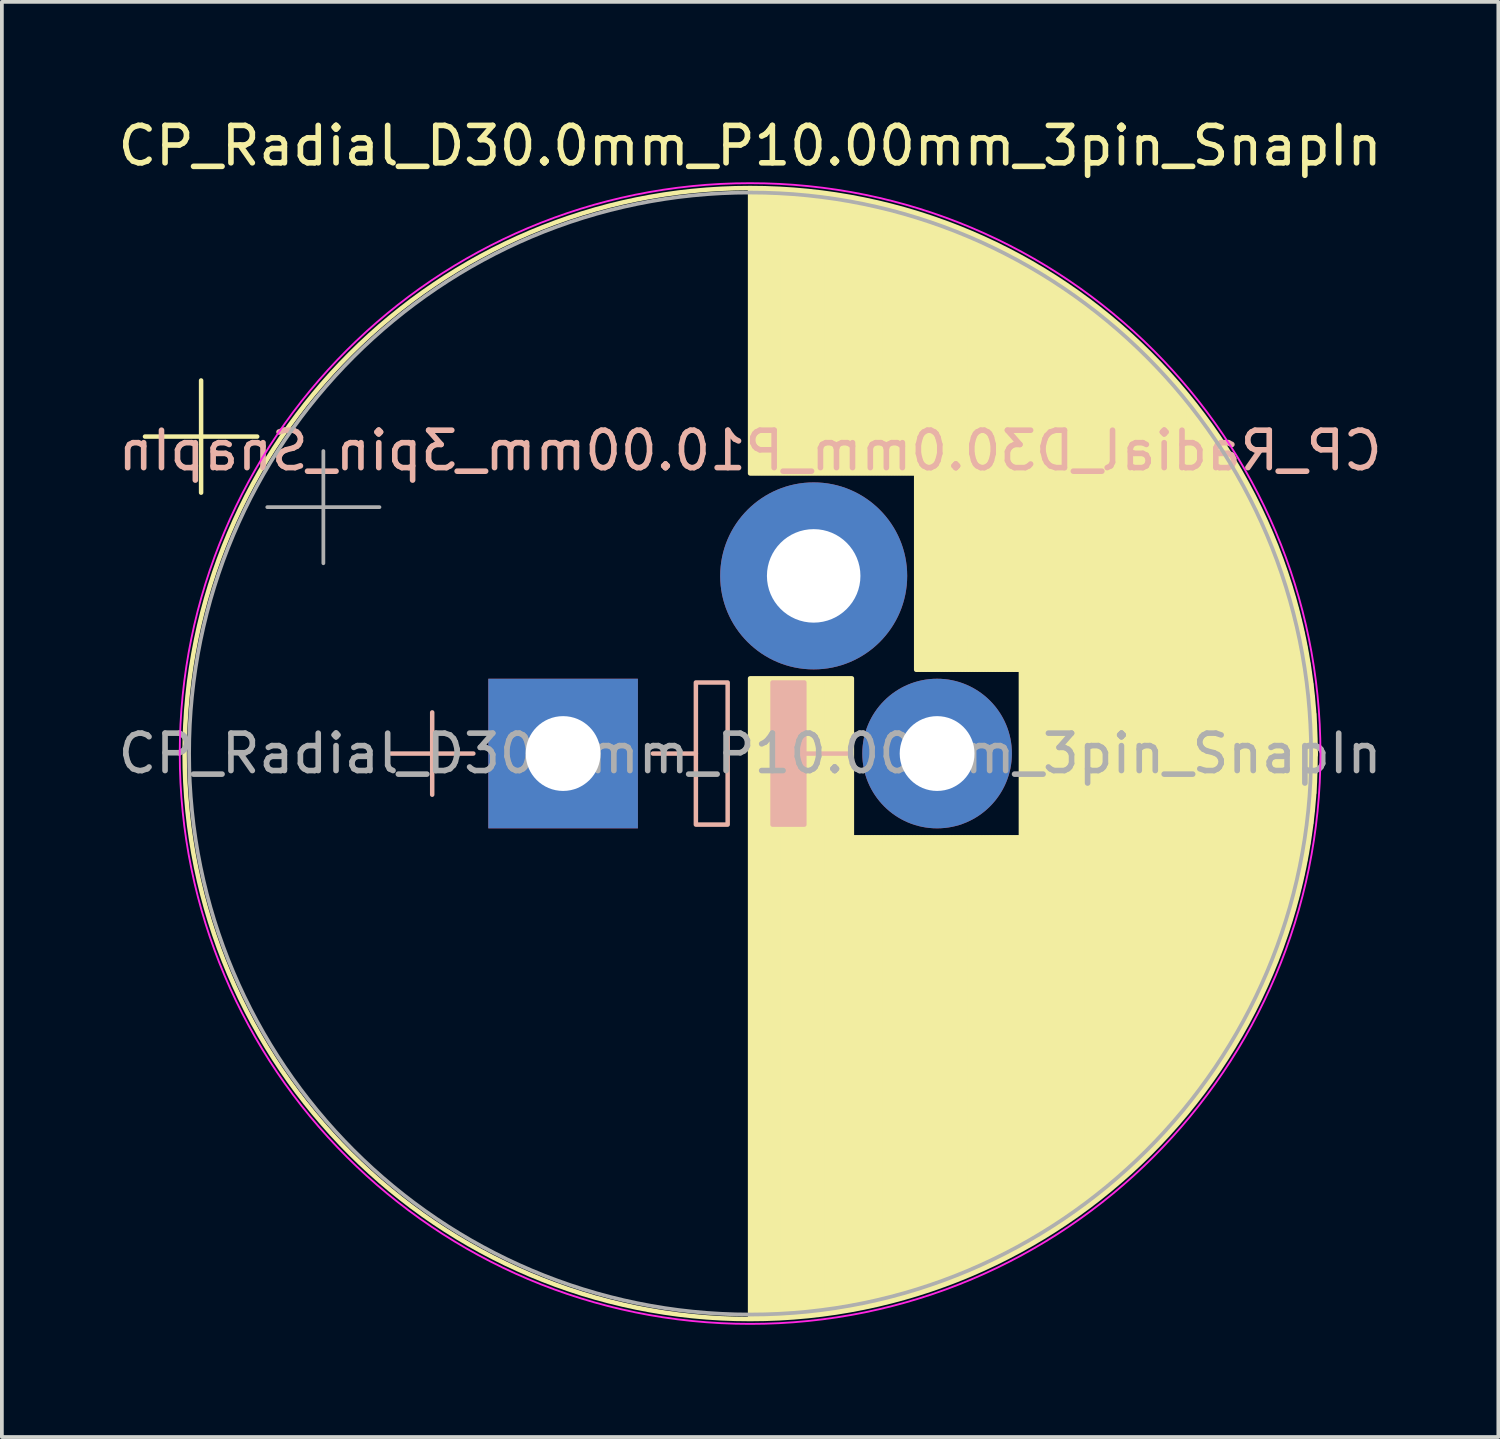
<source format=kicad_pcb>
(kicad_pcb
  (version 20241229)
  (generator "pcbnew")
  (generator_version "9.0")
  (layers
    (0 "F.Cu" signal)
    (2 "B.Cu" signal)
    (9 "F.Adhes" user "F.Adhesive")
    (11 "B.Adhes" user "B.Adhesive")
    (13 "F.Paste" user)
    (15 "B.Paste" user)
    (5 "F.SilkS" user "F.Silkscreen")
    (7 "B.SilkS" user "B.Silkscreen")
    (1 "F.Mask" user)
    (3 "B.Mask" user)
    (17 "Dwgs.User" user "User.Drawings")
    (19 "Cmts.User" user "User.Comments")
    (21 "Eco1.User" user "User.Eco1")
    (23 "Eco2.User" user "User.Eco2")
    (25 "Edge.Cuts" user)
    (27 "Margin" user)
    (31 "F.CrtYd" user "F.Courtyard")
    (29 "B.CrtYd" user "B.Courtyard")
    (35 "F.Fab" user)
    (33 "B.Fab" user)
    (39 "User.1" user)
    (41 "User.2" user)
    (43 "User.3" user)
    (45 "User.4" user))
  (footprint "CP_Radial_D30.0mm_P10.00mm_3pin_SnapIn"
    (layer "F.Cu")
    (at 12.006 17.098)
    (property "Reference" "CP_Radial_D30.0mm_P10.00mm_3pin_SnapIn" (at 5 -16.25 0) (layer "F.SilkS") (effects (font (size 1 1) (thickness 0.15))))
    (fp_line (start -11.179 -8.475) (end -8.179 -8.475) (stroke (width 0.12) (type solid)) (layer "F.SilkS"))
    (fp_line (start -9.679 -9.975) (end -9.679 -6.975) (stroke (width 0.12) (type solid)) (layer "F.SilkS"))
    (fp_line (start 5 -15.081) (end 5 -7.49) (stroke (width 0.12) (type solid)) (layer "F.SilkS"))
    (fp_line (start 5 -2.01) (end 5 15.081) (stroke (width 0.12) (type solid)) (layer "F.SilkS"))
    (fp_line (start 5.04 -15.08) (end 5.04 -7.49) (stroke (width 0.12) (type solid)) (layer "F.SilkS"))
    (fp_line (start 5.04 -2.01) (end 5.04 15.08) (stroke (width 0.12) (type solid)) (layer "F.SilkS"))
    (fp_line (start 5.08 -15.08) (end 5.08 -7.49) (stroke (width 0.12) (type solid)) (layer "F.SilkS"))
    (fp_line (start 5.08 -2.01) (end 5.08 15.08) (stroke (width 0.12) (type solid)) (layer "F.SilkS"))
    (fp_line (start 5.12 -15.08) (end 5.12 -7.49) (stroke (width 0.12) (type solid)) (layer "F.SilkS"))
    (fp_line (start 5.12 -2.01) (end 5.12 15.08) (stroke (width 0.12) (type solid)) (layer "F.SilkS"))
    (fp_line (start 5.16 -15.08) (end 5.16 -7.49) (stroke (width 0.12) (type solid)) (layer "F.SilkS"))
    (fp_line (start 5.16 -2.01) (end 5.16 15.08) (stroke (width 0.12) (type solid)) (layer "F.SilkS"))
    (fp_line (start 5.2 -15.079) (end 5.2 -7.49) (stroke (width 0.12) (type solid)) (layer "F.SilkS"))
    (fp_line (start 5.2 -2.01) (end 5.2 15.079) (stroke (width 0.12) (type solid)) (layer "F.SilkS"))
    (fp_line (start 5.24 -15.079) (end 5.24 -7.49) (stroke (width 0.12) (type solid)) (layer "F.SilkS"))
    (fp_line (start 5.24 -2.01) (end 5.24 15.079) (stroke (width 0.12) (type solid)) (layer "F.SilkS"))
    (fp_line (start 5.28 -15.078) (end 5.28 -7.49) (stroke (width 0.12) (type solid)) (layer "F.SilkS"))
    (fp_line (start 5.28 -2.01) (end 5.28 15.078) (stroke (width 0.12) (type solid)) (layer "F.SilkS"))
    (fp_line (start 5.32 -15.077) (end 5.32 -7.49) (stroke (width 0.12) (type solid)) (layer "F.SilkS"))
    (fp_line (start 5.32 -2.01) (end 5.32 15.077) (stroke (width 0.12) (type solid)) (layer "F.SilkS"))
    (fp_line (start 5.36 -15.076) (end 5.36 -7.49) (stroke (width 0.12) (type solid)) (layer "F.SilkS"))
    (fp_line (start 5.36 -2.01) (end 5.36 15.076) (stroke (width 0.12) (type solid)) (layer "F.SilkS"))
    (fp_line (start 5.4 -15.075) (end 5.4 -7.49) (stroke (width 0.12) (type solid)) (layer "F.SilkS"))
    (fp_line (start 5.4 -2.01) (end 5.4 15.075) (stroke (width 0.12) (type solid)) (layer "F.SilkS"))
    (fp_line (start 5.44 -15.074) (end 5.44 -7.49) (stroke (width 0.12) (type solid)) (layer "F.SilkS"))
    (fp_line (start 5.44 -2.01) (end 5.44 15.074) (stroke (width 0.12) (type solid)) (layer "F.SilkS"))
    (fp_line (start 5.48 -15.073) (end 5.48 -7.49) (stroke (width 0.12) (type solid)) (layer "F.SilkS"))
    (fp_line (start 5.48 -2.01) (end 5.48 15.073) (stroke (width 0.12) (type solid)) (layer "F.SilkS"))
    (fp_line (start 5.52 -15.072) (end 5.52 -7.49) (stroke (width 0.12) (type solid)) (layer "F.SilkS"))
    (fp_line (start 5.52 -2.01) (end 5.52 15.072) (stroke (width 0.12) (type solid)) (layer "F.SilkS"))
    (fp_line (start 5.56 -15.07) (end 5.56 -7.49) (stroke (width 0.12) (type solid)) (layer "F.SilkS"))
    (fp_line (start 5.56 -2.01) (end 5.56 15.07) (stroke (width 0.12) (type solid)) (layer "F.SilkS"))
    (fp_line (start 5.6 -15.069) (end 5.6 -7.49) (stroke (width 0.12) (type solid)) (layer "F.SilkS"))
    (fp_line (start 5.6 -2.01) (end 5.6 15.069) (stroke (width 0.12) (type solid)) (layer "F.SilkS"))
    (fp_line (start 5.64 -15.067) (end 5.64 -7.49) (stroke (width 0.12) (type solid)) (layer "F.SilkS"))
    (fp_line (start 5.64 -2.01) (end 5.64 15.067) (stroke (width 0.12) (type solid)) (layer "F.SilkS"))
    (fp_line (start 5.68 -15.065) (end 5.68 -7.49) (stroke (width 0.12) (type solid)) (layer "F.SilkS"))
    (fp_line (start 5.68 -2.01) (end 5.68 15.065) (stroke (width 0.12) (type solid)) (layer "F.SilkS"))
    (fp_line (start 5.721 -15.063) (end 5.721 -7.49) (stroke (width 0.12) (type solid)) (layer "F.SilkS"))
    (fp_line (start 5.721 -2.01) (end 5.721 15.063) (stroke (width 0.12) (type solid)) (layer "F.SilkS"))
    (fp_line (start 5.761 -15.061) (end 5.761 -7.49) (stroke (width 0.12) (type solid)) (layer "F.SilkS"))
    (fp_line (start 5.761 -2.01) (end 5.761 15.061) (stroke (width 0.12) (type solid)) (layer "F.SilkS"))
    (fp_line (start 5.801 -15.059) (end 5.801 -7.49) (stroke (width 0.12) (type solid)) (layer "F.SilkS"))
    (fp_line (start 5.801 -2.01) (end 5.801 15.059) (stroke (width 0.12) (type solid)) (layer "F.SilkS"))
    (fp_line (start 5.841 -15.057) (end 5.841 -7.49) (stroke (width 0.12) (type solid)) (layer "F.SilkS"))
    (fp_line (start 5.841 -2.01) (end 5.841 15.057) (stroke (width 0.12) (type solid)) (layer "F.SilkS"))
    (fp_line (start 5.881 -15.055) (end 5.881 -7.49) (stroke (width 0.12) (type solid)) (layer "F.SilkS"))
    (fp_line (start 5.881 -2.01) (end 5.881 15.055) (stroke (width 0.12) (type solid)) (layer "F.SilkS"))
    (fp_line (start 5.921 -15.052) (end 5.921 -7.49) (stroke (width 0.12) (type solid)) (layer "F.SilkS"))
    (fp_line (start 5.921 -2.01) (end 5.921 15.052) (stroke (width 0.12) (type solid)) (layer "F.SilkS"))
    (fp_line (start 5.961 -15.05) (end 5.961 -7.49) (stroke (width 0.12) (type solid)) (layer "F.SilkS"))
    (fp_line (start 5.961 -2.01) (end 5.961 15.05) (stroke (width 0.12) (type solid)) (layer "F.SilkS"))
    (fp_line (start 6.001 -15.047) (end 6.001 -7.49) (stroke (width 0.12) (type solid)) (layer "F.SilkS"))
    (fp_line (start 6.001 -2.01) (end 6.001 15.047) (stroke (width 0.12) (type solid)) (layer "F.SilkS"))
    (fp_line (start 6.041 -15.045) (end 6.041 -7.49) (stroke (width 0.12) (type solid)) (layer "F.SilkS"))
    (fp_line (start 6.041 -2.01) (end 6.041 15.045) (stroke (width 0.12) (type solid)) (layer "F.SilkS"))
    (fp_line (start 6.081 -15.042) (end 6.081 -7.49) (stroke (width 0.12) (type solid)) (layer "F.SilkS"))
    (fp_line (start 6.081 -2.01) (end 6.081 15.042) (stroke (width 0.12) (type solid)) (layer "F.SilkS"))
    (fp_line (start 6.121 -15.039) (end 6.121 -7.49) (stroke (width 0.12) (type solid)) (layer "F.SilkS"))
    (fp_line (start 6.121 -2.01) (end 6.121 15.039) (stroke (width 0.12) (type solid)) (layer "F.SilkS"))
    (fp_line (start 6.161 -15.036) (end 6.161 -7.49) (stroke (width 0.12) (type solid)) (layer "F.SilkS"))
    (fp_line (start 6.161 -2.01) (end 6.161 15.036) (stroke (width 0.12) (type solid)) (layer "F.SilkS"))
    (fp_line (start 6.201 -15.033) (end 6.201 -7.49) (stroke (width 0.12) (type solid)) (layer "F.SilkS"))
    (fp_line (start 6.201 -2.01) (end 6.201 15.033) (stroke (width 0.12) (type solid)) (layer "F.SilkS"))
    (fp_line (start 6.241 -15.03) (end 6.241 -7.49) (stroke (width 0.12) (type solid)) (layer "F.SilkS"))
    (fp_line (start 6.241 -2.01) (end 6.241 15.03) (stroke (width 0.12) (type solid)) (layer "F.SilkS"))
    (fp_line (start 6.281 -15.026) (end 6.281 -7.49) (stroke (width 0.12) (type solid)) (layer "F.SilkS"))
    (fp_line (start 6.281 -2.01) (end 6.281 15.026) (stroke (width 0.12) (type solid)) (layer "F.SilkS"))
    (fp_line (start 6.321 -15.023) (end 6.321 -7.49) (stroke (width 0.12) (type solid)) (layer "F.SilkS"))
    (fp_line (start 6.321 -2.01) (end 6.321 15.023) (stroke (width 0.12) (type solid)) (layer "F.SilkS"))
    (fp_line (start 6.361 -15.019) (end 6.361 -7.49) (stroke (width 0.12) (type solid)) (layer "F.SilkS"))
    (fp_line (start 6.361 -2.01) (end 6.361 15.019) (stroke (width 0.12) (type solid)) (layer "F.SilkS"))
    (fp_line (start 6.401 -15.016) (end 6.401 -7.49) (stroke (width 0.12) (type solid)) (layer "F.SilkS"))
    (fp_line (start 6.401 -2.01) (end 6.401 15.016) (stroke (width 0.12) (type solid)) (layer "F.SilkS"))
    (fp_line (start 6.441 -15.012) (end 6.441 -7.49) (stroke (width 0.12) (type solid)) (layer "F.SilkS"))
    (fp_line (start 6.441 -2.01) (end 6.441 15.012) (stroke (width 0.12) (type solid)) (layer "F.SilkS"))
    (fp_line (start 6.481 -15.008) (end 6.481 -7.49) (stroke (width 0.12) (type solid)) (layer "F.SilkS"))
    (fp_line (start 6.481 -2.01) (end 6.481 15.008) (stroke (width 0.12) (type solid)) (layer "F.SilkS"))
    (fp_line (start 6.521 -15.004) (end 6.521 -7.49) (stroke (width 0.12) (type solid)) (layer "F.SilkS"))
    (fp_line (start 6.521 -2.01) (end 6.521 15.004) (stroke (width 0.12) (type solid)) (layer "F.SilkS"))
    (fp_line (start 6.561 -15) (end 6.561 -7.49) (stroke (width 0.12) (type solid)) (layer "F.SilkS"))
    (fp_line (start 6.561 -2.01) (end 6.561 15) (stroke (width 0.12) (type solid)) (layer "F.SilkS"))
    (fp_line (start 6.601 -14.996) (end 6.601 -7.49) (stroke (width 0.12) (type solid)) (layer "F.SilkS"))
    (fp_line (start 6.601 -2.01) (end 6.601 14.996) (stroke (width 0.12) (type solid)) (layer "F.SilkS"))
    (fp_line (start 6.641 -14.991) (end 6.641 -7.49) (stroke (width 0.12) (type solid)) (layer "F.SilkS"))
    (fp_line (start 6.641 -2.01) (end 6.641 14.991) (stroke (width 0.12) (type solid)) (layer "F.SilkS"))
    (fp_line (start 6.681 -14.987) (end 6.681 -7.49) (stroke (width 0.12) (type solid)) (layer "F.SilkS"))
    (fp_line (start 6.681 -2.01) (end 6.681 14.987) (stroke (width 0.12) (type solid)) (layer "F.SilkS"))
    (fp_line (start 6.721 -14.982) (end 6.721 -7.49) (stroke (width 0.12) (type solid)) (layer "F.SilkS"))
    (fp_line (start 6.721 -2.01) (end 6.721 14.982) (stroke (width 0.12) (type solid)) (layer "F.SilkS"))
    (fp_line (start 6.761 -14.978) (end 6.761 -7.49) (stroke (width 0.12) (type solid)) (layer "F.SilkS"))
    (fp_line (start 6.761 -2.01) (end 6.761 14.978) (stroke (width 0.12) (type solid)) (layer "F.SilkS"))
    (fp_line (start 6.801 -14.973) (end 6.801 -7.49) (stroke (width 0.12) (type solid)) (layer "F.SilkS"))
    (fp_line (start 6.801 -2.01) (end 6.801 14.973) (stroke (width 0.12) (type solid)) (layer "F.SilkS"))
    (fp_line (start 6.841 -14.968) (end 6.841 -7.49) (stroke (width 0.12) (type solid)) (layer "F.SilkS"))
    (fp_line (start 6.841 -2.01) (end 6.841 14.968) (stroke (width 0.12) (type solid)) (layer "F.SilkS"))
    (fp_line (start 6.881 -14.963) (end 6.881 -7.49) (stroke (width 0.12) (type solid)) (layer "F.SilkS"))
    (fp_line (start 6.881 -2.01) (end 6.881 14.963) (stroke (width 0.12) (type solid)) (layer "F.SilkS"))
    (fp_line (start 6.921 -14.958) (end 6.921 -7.49) (stroke (width 0.12) (type solid)) (layer "F.SilkS"))
    (fp_line (start 6.921 -2.01) (end 6.921 14.958) (stroke (width 0.12) (type solid)) (layer "F.SilkS"))
    (fp_line (start 6.961 -14.953) (end 6.961 -7.49) (stroke (width 0.12) (type solid)) (layer "F.SilkS"))
    (fp_line (start 6.961 -2.01) (end 6.961 14.953) (stroke (width 0.12) (type solid)) (layer "F.SilkS"))
    (fp_line (start 7.001 -14.948) (end 7.001 -7.49) (stroke (width 0.12) (type solid)) (layer "F.SilkS"))
    (fp_line (start 7.001 -2.01) (end 7.001 14.948) (stroke (width 0.12) (type solid)) (layer "F.SilkS"))
    (fp_line (start 7.041 -14.942) (end 7.041 -7.49) (stroke (width 0.12) (type solid)) (layer "F.SilkS"))
    (fp_line (start 7.041 -2.01) (end 7.041 14.942) (stroke (width 0.12) (type solid)) (layer "F.SilkS"))
    (fp_line (start 7.081 -14.937) (end 7.081 -7.49) (stroke (width 0.12) (type solid)) (layer "F.SilkS"))
    (fp_line (start 7.081 -2.01) (end 7.081 14.937) (stroke (width 0.12) (type solid)) (layer "F.SilkS"))
    (fp_line (start 7.121 -14.931) (end 7.121 -7.49) (stroke (width 0.12) (type solid)) (layer "F.SilkS"))
    (fp_line (start 7.121 -2.01) (end 7.121 14.931) (stroke (width 0.12) (type solid)) (layer "F.SilkS"))
    (fp_line (start 7.161 -14.925) (end 7.161 -7.49) (stroke (width 0.12) (type solid)) (layer "F.SilkS"))
    (fp_line (start 7.161 -2.01) (end 7.161 14.925) (stroke (width 0.12) (type solid)) (layer "F.SilkS"))
    (fp_line (start 7.201 -14.92) (end 7.201 -7.49) (stroke (width 0.12) (type solid)) (layer "F.SilkS"))
    (fp_line (start 7.201 -2.01) (end 7.201 14.92) (stroke (width 0.12) (type solid)) (layer "F.SilkS"))
    (fp_line (start 7.241 -14.914) (end 7.241 -7.49) (stroke (width 0.12) (type solid)) (layer "F.SilkS"))
    (fp_line (start 7.241 -2.01) (end 7.241 14.914) (stroke (width 0.12) (type solid)) (layer "F.SilkS"))
    (fp_line (start 7.281 -14.908) (end 7.281 -7.49) (stroke (width 0.12) (type solid)) (layer "F.SilkS"))
    (fp_line (start 7.281 -2.01) (end 7.281 14.908) (stroke (width 0.12) (type solid)) (layer "F.SilkS"))
    (fp_line (start 7.321 -14.901) (end 7.321 -7.49) (stroke (width 0.12) (type solid)) (layer "F.SilkS"))
    (fp_line (start 7.321 -2.01) (end 7.321 14.901) (stroke (width 0.12) (type solid)) (layer "F.SilkS"))
    (fp_line (start 7.361 -14.895) (end 7.361 -7.49) (stroke (width 0.12) (type solid)) (layer "F.SilkS"))
    (fp_line (start 7.361 -2.01) (end 7.361 14.895) (stroke (width 0.12) (type solid)) (layer "F.SilkS"))
    (fp_line (start 7.401 -14.889) (end 7.401 -7.49) (stroke (width 0.12) (type solid)) (layer "F.SilkS"))
    (fp_line (start 7.401 -2.01) (end 7.401 14.889) (stroke (width 0.12) (type solid)) (layer "F.SilkS"))
    (fp_line (start 7.441 -14.882) (end 7.441 -7.49) (stroke (width 0.12) (type solid)) (layer "F.SilkS"))
    (fp_line (start 7.441 -2.01) (end 7.441 14.882) (stroke (width 0.12) (type solid)) (layer "F.SilkS"))
    (fp_line (start 7.481 -14.876) (end 7.481 -7.49) (stroke (width 0.12) (type solid)) (layer "F.SilkS"))
    (fp_line (start 7.481 -2.01) (end 7.481 14.876) (stroke (width 0.12) (type solid)) (layer "F.SilkS"))
    (fp_line (start 7.521 -14.869) (end 7.521 -7.49) (stroke (width 0.12) (type solid)) (layer "F.SilkS"))
    (fp_line (start 7.521 -2.01) (end 7.521 14.869) (stroke (width 0.12) (type solid)) (layer "F.SilkS"))
    (fp_line (start 7.561 -14.862) (end 7.561 -7.49) (stroke (width 0.12) (type solid)) (layer "F.SilkS"))
    (fp_line (start 7.561 -2.01) (end 7.561 14.862) (stroke (width 0.12) (type solid)) (layer "F.SilkS"))
    (fp_line (start 7.601 -14.855) (end 7.601 -7.49) (stroke (width 0.12) (type solid)) (layer "F.SilkS"))
    (fp_line (start 7.601 -2.01) (end 7.601 14.855) (stroke (width 0.12) (type solid)) (layer "F.SilkS"))
    (fp_line (start 7.641 -14.848) (end 7.641 -7.49) (stroke (width 0.12) (type solid)) (layer "F.SilkS"))
    (fp_line (start 7.641 -2.01) (end 7.641 14.848) (stroke (width 0.12) (type solid)) (layer "F.SilkS"))
    (fp_line (start 7.681 -14.841) (end 7.681 -7.49) (stroke (width 0.12) (type solid)) (layer "F.SilkS"))
    (fp_line (start 7.681 -2.01) (end 7.681 14.841) (stroke (width 0.12) (type solid)) (layer "F.SilkS"))
    (fp_line (start 7.721 -14.834) (end 7.721 -7.49) (stroke (width 0.12) (type solid)) (layer "F.SilkS"))
    (fp_line (start 7.721 -2.01) (end 7.721 14.834) (stroke (width 0.12) (type solid)) (layer "F.SilkS"))
    (fp_line (start 7.761 -14.826) (end 7.761 -7.49) (stroke (width 0.12) (type solid)) (layer "F.SilkS"))
    (fp_line (start 7.761 2.24) (end 7.761 14.826) (stroke (width 0.12) (type solid)) (layer "F.SilkS"))
    (fp_line (start 7.801 -14.819) (end 7.801 -7.49) (stroke (width 0.12) (type solid)) (layer "F.SilkS"))
    (fp_line (start 7.801 2.24) (end 7.801 14.819) (stroke (width 0.12) (type solid)) (layer "F.SilkS"))
    (fp_line (start 7.841 -14.811) (end 7.841 -7.49) (stroke (width 0.12) (type solid)) (layer "F.SilkS"))
    (fp_line (start 7.841 2.24) (end 7.841 14.811) (stroke (width 0.12) (type solid)) (layer "F.SilkS"))
    (fp_line (start 7.881 -14.804) (end 7.881 -7.49) (stroke (width 0.12) (type solid)) (layer "F.SilkS"))
    (fp_line (start 7.881 2.24) (end 7.881 14.804) (stroke (width 0.12) (type solid)) (layer "F.SilkS"))
    (fp_line (start 7.921 -14.796) (end 7.921 -7.49) (stroke (width 0.12) (type solid)) (layer "F.SilkS"))
    (fp_line (start 7.921 2.24) (end 7.921 14.796) (stroke (width 0.12) (type solid)) (layer "F.SilkS"))
    (fp_line (start 7.961 -14.788) (end 7.961 -7.49) (stroke (width 0.12) (type solid)) (layer "F.SilkS"))
    (fp_line (start 7.961 2.24) (end 7.961 14.788) (stroke (width 0.12) (type solid)) (layer "F.SilkS"))
    (fp_line (start 8.001 -14.78) (end 8.001 -7.49) (stroke (width 0.12) (type solid)) (layer "F.SilkS"))
    (fp_line (start 8.001 2.24) (end 8.001 14.78) (stroke (width 0.12) (type solid)) (layer "F.SilkS"))
    (fp_line (start 8.041 -14.772) (end 8.041 -7.49) (stroke (width 0.12) (type solid)) (layer "F.SilkS"))
    (fp_line (start 8.041 2.24) (end 8.041 14.772) (stroke (width 0.12) (type solid)) (layer "F.SilkS"))
    (fp_line (start 8.081 -14.763) (end 8.081 -7.49) (stroke (width 0.12) (type solid)) (layer "F.SilkS"))
    (fp_line (start 8.081 2.24) (end 8.081 14.763) (stroke (width 0.12) (type solid)) (layer "F.SilkS"))
    (fp_line (start 8.121 -14.755) (end 8.121 -7.49) (stroke (width 0.12) (type solid)) (layer "F.SilkS"))
    (fp_line (start 8.121 2.24) (end 8.121 14.755) (stroke (width 0.12) (type solid)) (layer "F.SilkS"))
    (fp_line (start 8.161 -14.747) (end 8.161 -7.49) (stroke (width 0.12) (type solid)) (layer "F.SilkS"))
    (fp_line (start 8.161 2.24) (end 8.161 14.747) (stroke (width 0.12) (type solid)) (layer "F.SilkS"))
    (fp_line (start 8.201 -14.738) (end 8.201 -7.49) (stroke (width 0.12) (type solid)) (layer "F.SilkS"))
    (fp_line (start 8.201 2.24) (end 8.201 14.738) (stroke (width 0.12) (type solid)) (layer "F.SilkS"))
    (fp_line (start 8.241 -14.729) (end 8.241 -7.49) (stroke (width 0.12) (type solid)) (layer "F.SilkS"))
    (fp_line (start 8.241 2.24) (end 8.241 14.729) (stroke (width 0.12) (type solid)) (layer "F.SilkS"))
    (fp_line (start 8.281 -14.72) (end 8.281 -7.49) (stroke (width 0.12) (type solid)) (layer "F.SilkS"))
    (fp_line (start 8.281 2.24) (end 8.281 14.72) (stroke (width 0.12) (type solid)) (layer "F.SilkS"))
    (fp_line (start 8.321 -14.711) (end 8.321 -7.49) (stroke (width 0.12) (type solid)) (layer "F.SilkS"))
    (fp_line (start 8.321 2.24) (end 8.321 14.711) (stroke (width 0.12) (type solid)) (layer "F.SilkS"))
    (fp_line (start 8.361 -14.702) (end 8.361 -7.49) (stroke (width 0.12) (type solid)) (layer "F.SilkS"))
    (fp_line (start 8.361 2.24) (end 8.361 14.702) (stroke (width 0.12) (type solid)) (layer "F.SilkS"))
    (fp_line (start 8.401 -14.693) (end 8.401 -7.49) (stroke (width 0.12) (type solid)) (layer "F.SilkS"))
    (fp_line (start 8.401 2.24) (end 8.401 14.693) (stroke (width 0.12) (type solid)) (layer "F.SilkS"))
    (fp_line (start 8.441 -14.684) (end 8.441 -7.49) (stroke (width 0.12) (type solid)) (layer "F.SilkS"))
    (fp_line (start 8.441 2.24) (end 8.441 14.684) (stroke (width 0.12) (type solid)) (layer "F.SilkS"))
    (fp_line (start 8.481 -14.675) (end 8.481 -7.49) (stroke (width 0.12) (type solid)) (layer "F.SilkS"))
    (fp_line (start 8.481 2.24) (end 8.481 14.675) (stroke (width 0.12) (type solid)) (layer "F.SilkS"))
    (fp_line (start 8.521 -14.665) (end 8.521 -7.49) (stroke (width 0.12) (type solid)) (layer "F.SilkS"))
    (fp_line (start 8.521 2.24) (end 8.521 14.665) (stroke (width 0.12) (type solid)) (layer "F.SilkS"))
    (fp_line (start 8.561 -14.655) (end 8.561 -7.49) (stroke (width 0.12) (type solid)) (layer "F.SilkS"))
    (fp_line (start 8.561 2.24) (end 8.561 14.655) (stroke (width 0.12) (type solid)) (layer "F.SilkS"))
    (fp_line (start 8.601 -14.646) (end 8.601 -7.49) (stroke (width 0.12) (type solid)) (layer "F.SilkS"))
    (fp_line (start 8.601 2.24) (end 8.601 14.646) (stroke (width 0.12) (type solid)) (layer "F.SilkS"))
    (fp_line (start 8.641 -14.636) (end 8.641 -7.49) (stroke (width 0.12) (type solid)) (layer "F.SilkS"))
    (fp_line (start 8.641 2.24) (end 8.641 14.636) (stroke (width 0.12) (type solid)) (layer "F.SilkS"))
    (fp_line (start 8.681 -14.626) (end 8.681 -7.49) (stroke (width 0.12) (type solid)) (layer "F.SilkS"))
    (fp_line (start 8.681 2.24) (end 8.681 14.626) (stroke (width 0.12) (type solid)) (layer "F.SilkS"))
    (fp_line (start 8.721 -14.616) (end 8.721 -7.49) (stroke (width 0.12) (type solid)) (layer "F.SilkS"))
    (fp_line (start 8.721 2.24) (end 8.721 14.616) (stroke (width 0.12) (type solid)) (layer "F.SilkS"))
    (fp_line (start 8.761 -14.606) (end 8.761 -7.49) (stroke (width 0.12) (type solid)) (layer "F.SilkS"))
    (fp_line (start 8.761 2.24) (end 8.761 14.606) (stroke (width 0.12) (type solid)) (layer "F.SilkS"))
    (fp_line (start 8.801 -14.595) (end 8.801 -7.49) (stroke (width 0.12) (type solid)) (layer "F.SilkS"))
    (fp_line (start 8.801 2.24) (end 8.801 14.595) (stroke (width 0.12) (type solid)) (layer "F.SilkS"))
    (fp_line (start 8.841 -14.585) (end 8.841 -7.49) (stroke (width 0.12) (type solid)) (layer "F.SilkS"))
    (fp_line (start 8.841 2.24) (end 8.841 14.585) (stroke (width 0.12) (type solid)) (layer "F.SilkS"))
    (fp_line (start 8.881 -14.574) (end 8.881 -7.49) (stroke (width 0.12) (type solid)) (layer "F.SilkS"))
    (fp_line (start 8.881 2.24) (end 8.881 14.574) (stroke (width 0.12) (type solid)) (layer "F.SilkS"))
    (fp_line (start 8.921 -14.564) (end 8.921 -7.49) (stroke (width 0.12) (type solid)) (layer "F.SilkS"))
    (fp_line (start 8.921 2.24) (end 8.921 14.564) (stroke (width 0.12) (type solid)) (layer "F.SilkS"))
    (fp_line (start 8.961 -14.553) (end 8.961 -7.49) (stroke (width 0.12) (type solid)) (layer "F.SilkS"))
    (fp_line (start 8.961 2.24) (end 8.961 14.553) (stroke (width 0.12) (type solid)) (layer "F.SilkS"))
    (fp_line (start 9.001 -14.542) (end 9.001 -7.49) (stroke (width 0.12) (type solid)) (layer "F.SilkS"))
    (fp_line (start 9.001 2.24) (end 9.001 14.542) (stroke (width 0.12) (type solid)) (layer "F.SilkS"))
    (fp_line (start 9.041 -14.531) (end 9.041 -7.49) (stroke (width 0.12) (type solid)) (layer "F.SilkS"))
    (fp_line (start 9.041 2.24) (end 9.041 14.531) (stroke (width 0.12) (type solid)) (layer "F.SilkS"))
    (fp_line (start 9.081 -14.52) (end 9.081 -7.49) (stroke (width 0.12) (type solid)) (layer "F.SilkS"))
    (fp_line (start 9.081 2.24) (end 9.081 14.52) (stroke (width 0.12) (type solid)) (layer "F.SilkS"))
    (fp_line (start 9.121 -14.508) (end 9.121 -7.49) (stroke (width 0.12) (type solid)) (layer "F.SilkS"))
    (fp_line (start 9.121 2.24) (end 9.121 14.508) (stroke (width 0.12) (type solid)) (layer "F.SilkS"))
    (fp_line (start 9.161 -14.497) (end 9.161 -7.49) (stroke (width 0.12) (type solid)) (layer "F.SilkS"))
    (fp_line (start 9.161 2.24) (end 9.161 14.497) (stroke (width 0.12) (type solid)) (layer "F.SilkS"))
    (fp_line (start 9.201 -14.485) (end 9.201 -7.49) (stroke (width 0.12) (type solid)) (layer "F.SilkS"))
    (fp_line (start 9.201 2.24) (end 9.201 14.485) (stroke (width 0.12) (type solid)) (layer "F.SilkS"))
    (fp_line (start 9.241 -14.474) (end 9.241 -7.49) (stroke (width 0.12) (type solid)) (layer "F.SilkS"))
    (fp_line (start 9.241 2.24) (end 9.241 14.474) (stroke (width 0.12) (type solid)) (layer "F.SilkS"))
    (fp_line (start 9.281 -14.462) (end 9.281 -7.49) (stroke (width 0.12) (type solid)) (layer "F.SilkS"))
    (fp_line (start 9.281 2.24) (end 9.281 14.462) (stroke (width 0.12) (type solid)) (layer "F.SilkS"))
    (fp_line (start 9.321 -14.45) (end 9.321 -7.49) (stroke (width 0.12) (type solid)) (layer "F.SilkS"))
    (fp_line (start 9.321 2.24) (end 9.321 14.45) (stroke (width 0.12) (type solid)) (layer "F.SilkS"))
    (fp_line (start 9.361 -14.438) (end 9.361 -7.49) (stroke (width 0.12) (type solid)) (layer "F.SilkS"))
    (fp_line (start 9.361 2.24) (end 9.361 14.438) (stroke (width 0.12) (type solid)) (layer "F.SilkS"))
    (fp_line (start 9.401 -14.426) (end 9.401 -7.49) (stroke (width 0.12) (type solid)) (layer "F.SilkS"))
    (fp_line (start 9.401 2.24) (end 9.401 14.426) (stroke (width 0.12) (type solid)) (layer "F.SilkS"))
    (fp_line (start 9.441 -14.414) (end 9.441 -2.24) (stroke (width 0.12) (type solid)) (layer "F.SilkS"))
    (fp_line (start 9.441 2.24) (end 9.441 14.414) (stroke (width 0.12) (type solid)) (layer "F.SilkS"))
    (fp_line (start 9.481 -14.402) (end 9.481 -2.24) (stroke (width 0.12) (type solid)) (layer "F.SilkS"))
    (fp_line (start 9.481 2.24) (end 9.481 14.402) (stroke (width 0.12) (type solid)) (layer "F.SilkS"))
    (fp_line (start 9.521 -14.389) (end 9.521 -2.24) (stroke (width 0.12) (type solid)) (layer "F.SilkS"))
    (fp_line (start 9.521 2.24) (end 9.521 14.389) (stroke (width 0.12) (type solid)) (layer "F.SilkS"))
    (fp_line (start 9.561 -14.376) (end 9.561 -2.24) (stroke (width 0.12) (type solid)) (layer "F.SilkS"))
    (fp_line (start 9.561 2.24) (end 9.561 14.376) (stroke (width 0.12) (type solid)) (layer "F.SilkS"))
    (fp_line (start 9.601 -14.364) (end 9.601 -2.24) (stroke (width 0.12) (type solid)) (layer "F.SilkS"))
    (fp_line (start 9.601 2.24) (end 9.601 14.364) (stroke (width 0.12) (type solid)) (layer "F.SilkS"))
    (fp_line (start 9.641 -14.351) (end 9.641 -2.24) (stroke (width 0.12) (type solid)) (layer "F.SilkS"))
    (fp_line (start 9.641 2.24) (end 9.641 14.351) (stroke (width 0.12) (type solid)) (layer "F.SilkS"))
    (fp_line (start 9.681 -14.338) (end 9.681 -2.24) (stroke (width 0.12) (type solid)) (layer "F.SilkS"))
    (fp_line (start 9.681 2.24) (end 9.681 14.338) (stroke (width 0.12) (type solid)) (layer "F.SilkS"))
    (fp_line (start 9.721 -14.325) (end 9.721 -2.24) (stroke (width 0.12) (type solid)) (layer "F.SilkS"))
    (fp_line (start 9.721 2.24) (end 9.721 14.325) (stroke (width 0.12) (type solid)) (layer "F.SilkS"))
    (fp_line (start 9.761 -14.312) (end 9.761 -2.24) (stroke (width 0.12) (type solid)) (layer "F.SilkS"))
    (fp_line (start 9.761 2.24) (end 9.761 14.312) (stroke (width 0.12) (type solid)) (layer "F.SilkS"))
    (fp_line (start 9.801 -14.298) (end 9.801 -2.24) (stroke (width 0.12) (type solid)) (layer "F.SilkS"))
    (fp_line (start 9.801 2.24) (end 9.801 14.298) (stroke (width 0.12) (type solid)) (layer "F.SilkS"))
    (fp_line (start 9.841 -14.285) (end 9.841 -2.24) (stroke (width 0.12) (type solid)) (layer "F.SilkS"))
    (fp_line (start 9.841 2.24) (end 9.841 14.285) (stroke (width 0.12) (type solid)) (layer "F.SilkS"))
    (fp_line (start 9.881 -14.271) (end 9.881 -2.24) (stroke (width 0.12) (type solid)) (layer "F.SilkS"))
    (fp_line (start 9.881 2.24) (end 9.881 14.271) (stroke (width 0.12) (type solid)) (layer "F.SilkS"))
    (fp_line (start 9.921 -14.258) (end 9.921 -2.24) (stroke (width 0.12) (type solid)) (layer "F.SilkS"))
    (fp_line (start 9.921 2.24) (end 9.921 14.258) (stroke (width 0.12) (type solid)) (layer "F.SilkS"))
    (fp_line (start 9.961 -14.244) (end 9.961 -2.24) (stroke (width 0.12) (type solid)) (layer "F.SilkS"))
    (fp_line (start 9.961 2.24) (end 9.961 14.244) (stroke (width 0.12) (type solid)) (layer "F.SilkS"))
    (fp_line (start 10.001 -14.23) (end 10.001 -2.24) (stroke (width 0.12) (type solid)) (layer "F.SilkS"))
    (fp_line (start 10.001 2.24) (end 10.001 14.23) (stroke (width 0.12) (type solid)) (layer "F.SilkS"))
    (fp_line (start 10.041 -14.216) (end 10.041 -2.24) (stroke (width 0.12) (type solid)) (layer "F.SilkS"))
    (fp_line (start 10.041 2.24) (end 10.041 14.216) (stroke (width 0.12) (type solid)) (layer "F.SilkS"))
    (fp_line (start 10.081 -14.202) (end 10.081 -2.24) (stroke (width 0.12) (type solid)) (layer "F.SilkS"))
    (fp_line (start 10.081 2.24) (end 10.081 14.202) (stroke (width 0.12) (type solid)) (layer "F.SilkS"))
    (fp_line (start 10.121 -14.187) (end 10.121 -2.24) (stroke (width 0.12) (type solid)) (layer "F.SilkS"))
    (fp_line (start 10.121 2.24) (end 10.121 14.187) (stroke (width 0.12) (type solid)) (layer "F.SilkS"))
    (fp_line (start 10.161 -14.173) (end 10.161 -2.24) (stroke (width 0.12) (type solid)) (layer "F.SilkS"))
    (fp_line (start 10.161 2.24) (end 10.161 14.173) (stroke (width 0.12) (type solid)) (layer "F.SilkS"))
    (fp_line (start 10.201 -14.158) (end 10.201 -2.24) (stroke (width 0.12) (type solid)) (layer "F.SilkS"))
    (fp_line (start 10.201 2.24) (end 10.201 14.158) (stroke (width 0.12) (type solid)) (layer "F.SilkS"))
    (fp_line (start 10.241 -14.143) (end 10.241 -2.24) (stroke (width 0.12) (type solid)) (layer "F.SilkS"))
    (fp_line (start 10.241 2.24) (end 10.241 14.143) (stroke (width 0.12) (type solid)) (layer "F.SilkS"))
    (fp_line (start 10.281 -14.129) (end 10.281 -2.24) (stroke (width 0.12) (type solid)) (layer "F.SilkS"))
    (fp_line (start 10.281 2.24) (end 10.281 14.129) (stroke (width 0.12) (type solid)) (layer "F.SilkS"))
    (fp_line (start 10.321 -14.114) (end 10.321 -2.24) (stroke (width 0.12) (type solid)) (layer "F.SilkS"))
    (fp_line (start 10.321 2.24) (end 10.321 14.114) (stroke (width 0.12) (type solid)) (layer "F.SilkS"))
    (fp_line (start 10.361 -14.099) (end 10.361 -2.24) (stroke (width 0.12) (type solid)) (layer "F.SilkS"))
    (fp_line (start 10.361 2.24) (end 10.361 14.099) (stroke (width 0.12) (type solid)) (layer "F.SilkS"))
    (fp_line (start 10.401 -14.083) (end 10.401 -2.24) (stroke (width 0.12) (type solid)) (layer "F.SilkS"))
    (fp_line (start 10.401 2.24) (end 10.401 14.083) (stroke (width 0.12) (type solid)) (layer "F.SilkS"))
    (fp_line (start 10.441 -14.068) (end 10.441 -2.24) (stroke (width 0.12) (type solid)) (layer "F.SilkS"))
    (fp_line (start 10.441 2.24) (end 10.441 14.068) (stroke (width 0.12) (type solid)) (layer "F.SilkS"))
    (fp_line (start 10.481 -14.052) (end 10.481 -2.24) (stroke (width 0.12) (type solid)) (layer "F.SilkS"))
    (fp_line (start 10.481 2.24) (end 10.481 14.052) (stroke (width 0.12) (type solid)) (layer "F.SilkS"))
    (fp_line (start 10.521 -14.037) (end 10.521 -2.24) (stroke (width 0.12) (type solid)) (layer "F.SilkS"))
    (fp_line (start 10.521 2.24) (end 10.521 14.037) (stroke (width 0.12) (type solid)) (layer "F.SilkS"))
    (fp_line (start 10.561 -14.021) (end 10.561 -2.24) (stroke (width 0.12) (type solid)) (layer "F.SilkS"))
    (fp_line (start 10.561 2.24) (end 10.561 14.021) (stroke (width 0.12) (type solid)) (layer "F.SilkS"))
    (fp_line (start 10.601 -14.005) (end 10.601 -2.24) (stroke (width 0.12) (type solid)) (layer "F.SilkS"))
    (fp_line (start 10.601 2.24) (end 10.601 14.005) (stroke (width 0.12) (type solid)) (layer "F.SilkS"))
    (fp_line (start 10.641 -13.989) (end 10.641 -2.24) (stroke (width 0.12) (type solid)) (layer "F.SilkS"))
    (fp_line (start 10.641 2.24) (end 10.641 13.989) (stroke (width 0.12) (type solid)) (layer "F.SilkS"))
    (fp_line (start 10.681 -13.973) (end 10.681 -2.24) (stroke (width 0.12) (type solid)) (layer "F.SilkS"))
    (fp_line (start 10.681 2.24) (end 10.681 13.973) (stroke (width 0.12) (type solid)) (layer "F.SilkS"))
    (fp_line (start 10.721 -13.957) (end 10.721 -2.24) (stroke (width 0.12) (type solid)) (layer "F.SilkS"))
    (fp_line (start 10.721 2.24) (end 10.721 13.957) (stroke (width 0.12) (type solid)) (layer "F.SilkS"))
    (fp_line (start 10.761 -13.94) (end 10.761 -2.24) (stroke (width 0.12) (type solid)) (layer "F.SilkS"))
    (fp_line (start 10.761 2.24) (end 10.761 13.94) (stroke (width 0.12) (type solid)) (layer "F.SilkS"))
    (fp_line (start 10.801 -13.924) (end 10.801 -2.24) (stroke (width 0.12) (type solid)) (layer "F.SilkS"))
    (fp_line (start 10.801 2.24) (end 10.801 13.924) (stroke (width 0.12) (type solid)) (layer "F.SilkS"))
    (fp_line (start 10.841 -13.907) (end 10.841 -2.24) (stroke (width 0.12) (type solid)) (layer "F.SilkS"))
    (fp_line (start 10.841 2.24) (end 10.841 13.907) (stroke (width 0.12) (type solid)) (layer "F.SilkS"))
    (fp_line (start 10.881 -13.89) (end 10.881 -2.24) (stroke (width 0.12) (type solid)) (layer "F.SilkS"))
    (fp_line (start 10.881 2.24) (end 10.881 13.89) (stroke (width 0.12) (type solid)) (layer "F.SilkS"))
    (fp_line (start 10.921 -13.873) (end 10.921 -2.24) (stroke (width 0.12) (type solid)) (layer "F.SilkS"))
    (fp_line (start 10.921 2.24) (end 10.921 13.873) (stroke (width 0.12) (type solid)) (layer "F.SilkS"))
    (fp_line (start 10.961 -13.856) (end 10.961 -2.24) (stroke (width 0.12) (type solid)) (layer "F.SilkS"))
    (fp_line (start 10.961 2.24) (end 10.961 13.856) (stroke (width 0.12) (type solid)) (layer "F.SilkS"))
    (fp_line (start 11.001 -13.839) (end 11.001 -2.24) (stroke (width 0.12) (type solid)) (layer "F.SilkS"))
    (fp_line (start 11.001 2.24) (end 11.001 13.839) (stroke (width 0.12) (type solid)) (layer "F.SilkS"))
    (fp_line (start 11.041 -13.822) (end 11.041 -2.24) (stroke (width 0.12) (type solid)) (layer "F.SilkS"))
    (fp_line (start 11.041 2.24) (end 11.041 13.822) (stroke (width 0.12) (type solid)) (layer "F.SilkS"))
    (fp_line (start 11.081 -13.804) (end 11.081 -2.24) (stroke (width 0.12) (type solid)) (layer "F.SilkS"))
    (fp_line (start 11.081 2.24) (end 11.081 13.804) (stroke (width 0.12) (type solid)) (layer "F.SilkS"))
    (fp_line (start 11.121 -13.787) (end 11.121 -2.24) (stroke (width 0.12) (type solid)) (layer "F.SilkS"))
    (fp_line (start 11.121 2.24) (end 11.121 13.787) (stroke (width 0.12) (type solid)) (layer "F.SilkS"))
    (fp_line (start 11.161 -13.769) (end 11.161 -2.24) (stroke (width 0.12) (type solid)) (layer "F.SilkS"))
    (fp_line (start 11.161 2.24) (end 11.161 13.769) (stroke (width 0.12) (type solid)) (layer "F.SilkS"))
    (fp_line (start 11.201 -13.751) (end 11.201 -2.24) (stroke (width 0.12) (type solid)) (layer "F.SilkS"))
    (fp_line (start 11.201 2.24) (end 11.201 13.751) (stroke (width 0.12) (type solid)) (layer "F.SilkS"))
    (fp_line (start 11.241 -13.733) (end 11.241 -2.24) (stroke (width 0.12) (type solid)) (layer "F.SilkS"))
    (fp_line (start 11.241 2.24) (end 11.241 13.733) (stroke (width 0.12) (type solid)) (layer "F.SilkS"))
    (fp_line (start 11.281 -13.715) (end 11.281 -2.24) (stroke (width 0.12) (type solid)) (layer "F.SilkS"))
    (fp_line (start 11.281 2.24) (end 11.281 13.715) (stroke (width 0.12) (type solid)) (layer "F.SilkS"))
    (fp_line (start 11.321 -13.696) (end 11.321 -2.24) (stroke (width 0.12) (type solid)) (layer "F.SilkS"))
    (fp_line (start 11.321 2.24) (end 11.321 13.696) (stroke (width 0.12) (type solid)) (layer "F.SilkS"))
    (fp_line (start 11.361 -13.678) (end 11.361 -2.24) (stroke (width 0.12) (type solid)) (layer "F.SilkS"))
    (fp_line (start 11.361 2.24) (end 11.361 13.678) (stroke (width 0.12) (type solid)) (layer "F.SilkS"))
    (fp_line (start 11.401 -13.659) (end 11.401 -2.24) (stroke (width 0.12) (type solid)) (layer "F.SilkS"))
    (fp_line (start 11.401 2.24) (end 11.401 13.659) (stroke (width 0.12) (type solid)) (layer "F.SilkS"))
    (fp_line (start 11.441 -13.64) (end 11.441 -2.24) (stroke (width 0.12) (type solid)) (layer "F.SilkS"))
    (fp_line (start 11.441 2.24) (end 11.441 13.64) (stroke (width 0.12) (type solid)) (layer "F.SilkS"))
    (fp_line (start 11.481 -13.622) (end 11.481 -2.24) (stroke (width 0.12) (type solid)) (layer "F.SilkS"))
    (fp_line (start 11.481 2.24) (end 11.481 13.622) (stroke (width 0.12) (type solid)) (layer "F.SilkS"))
    (fp_line (start 11.521 -13.602) (end 11.521 -2.24) (stroke (width 0.12) (type solid)) (layer "F.SilkS"))
    (fp_line (start 11.521 2.24) (end 11.521 13.602) (stroke (width 0.12) (type solid)) (layer "F.SilkS"))
    (fp_line (start 11.561 -13.583) (end 11.561 -2.24) (stroke (width 0.12) (type solid)) (layer "F.SilkS"))
    (fp_line (start 11.561 2.24) (end 11.561 13.583) (stroke (width 0.12) (type solid)) (layer "F.SilkS"))
    (fp_line (start 11.601 -13.564) (end 11.601 -2.24) (stroke (width 0.12) (type solid)) (layer "F.SilkS"))
    (fp_line (start 11.601 2.24) (end 11.601 13.564) (stroke (width 0.12) (type solid)) (layer "F.SilkS"))
    (fp_line (start 11.641 -13.544) (end 11.641 -2.24) (stroke (width 0.12) (type solid)) (layer "F.SilkS"))
    (fp_line (start 11.641 2.24) (end 11.641 13.544) (stroke (width 0.12) (type solid)) (layer "F.SilkS"))
    (fp_line (start 11.681 -13.525) (end 11.681 -2.24) (stroke (width 0.12) (type solid)) (layer "F.SilkS"))
    (fp_line (start 11.681 2.24) (end 11.681 13.525) (stroke (width 0.12) (type solid)) (layer "F.SilkS"))
    (fp_line (start 11.721 -13.505) (end 11.721 -2.24) (stroke (width 0.12) (type solid)) (layer "F.SilkS"))
    (fp_line (start 11.721 2.24) (end 11.721 13.505) (stroke (width 0.12) (type solid)) (layer "F.SilkS"))
    (fp_line (start 11.761 -13.485) (end 11.761 -2.24) (stroke (width 0.12) (type solid)) (layer "F.SilkS"))
    (fp_line (start 11.761 2.24) (end 11.761 13.485) (stroke (width 0.12) (type solid)) (layer "F.SilkS"))
    (fp_line (start 11.801 -13.465) (end 11.801 -2.24) (stroke (width 0.12) (type solid)) (layer "F.SilkS"))
    (fp_line (start 11.801 2.24) (end 11.801 13.465) (stroke (width 0.12) (type solid)) (layer "F.SilkS"))
    (fp_line (start 11.841 -13.445) (end 11.841 -2.24) (stroke (width 0.12) (type solid)) (layer "F.SilkS"))
    (fp_line (start 11.841 2.24) (end 11.841 13.445) (stroke (width 0.12) (type solid)) (layer "F.SilkS"))
    (fp_line (start 11.881 -13.425) (end 11.881 -2.24) (stroke (width 0.12) (type solid)) (layer "F.SilkS"))
    (fp_line (start 11.881 2.24) (end 11.881 13.425) (stroke (width 0.12) (type solid)) (layer "F.SilkS"))
    (fp_line (start 11.921 -13.404) (end 11.921 -2.24) (stroke (width 0.12) (type solid)) (layer "F.SilkS"))
    (fp_line (start 11.921 2.24) (end 11.921 13.404) (stroke (width 0.12) (type solid)) (layer "F.SilkS"))
    (fp_line (start 11.961 -13.383) (end 11.961 -2.24) (stroke (width 0.12) (type solid)) (layer "F.SilkS"))
    (fp_line (start 11.961 2.24) (end 11.961 13.383) (stroke (width 0.12) (type solid)) (layer "F.SilkS"))
    (fp_line (start 12.001 -13.363) (end 12.001 -2.24) (stroke (width 0.12) (type solid)) (layer "F.SilkS"))
    (fp_line (start 12.001 2.24) (end 12.001 13.363) (stroke (width 0.12) (type solid)) (layer "F.SilkS"))
    (fp_line (start 12.041 -13.342) (end 12.041 -2.24) (stroke (width 0.12) (type solid)) (layer "F.SilkS"))
    (fp_line (start 12.041 2.24) (end 12.041 13.342) (stroke (width 0.12) (type solid)) (layer "F.SilkS"))
    (fp_line (start 12.081 -13.32) (end 12.081 -2.24) (stroke (width 0.12) (type solid)) (layer "F.SilkS"))
    (fp_line (start 12.081 2.24) (end 12.081 13.32) (stroke (width 0.12) (type solid)) (layer "F.SilkS"))
    (fp_line (start 12.121 -13.299) (end 12.121 -2.24) (stroke (width 0.12) (type solid)) (layer "F.SilkS"))
    (fp_line (start 12.121 2.24) (end 12.121 13.299) (stroke (width 0.12) (type solid)) (layer "F.SilkS"))
    (fp_line (start 12.161 -13.278) (end 12.161 -2.24) (stroke (width 0.12) (type solid)) (layer "F.SilkS"))
    (fp_line (start 12.161 2.24) (end 12.161 13.278) (stroke (width 0.12) (type solid)) (layer "F.SilkS"))
    (fp_line (start 12.201 -13.256) (end 12.201 -2.24) (stroke (width 0.12) (type solid)) (layer "F.SilkS"))
    (fp_line (start 12.201 2.24) (end 12.201 13.256) (stroke (width 0.12) (type solid)) (layer "F.SilkS"))
    (fp_line (start 12.241 -13.234) (end 12.241 13.234) (stroke (width 0.12) (type solid)) (layer "F.SilkS"))
    (fp_line (start 12.281 -13.213) (end 12.281 13.213) (stroke (width 0.12) (type solid)) (layer "F.SilkS"))
    (fp_line (start 12.321 -13.19) (end 12.321 13.19) (stroke (width 0.12) (type solid)) (layer "F.SilkS"))
    (fp_line (start 12.361 -13.168) (end 12.361 13.168) (stroke (width 0.12) (type solid)) (layer "F.SilkS"))
    (fp_line (start 12.401 -13.146) (end 12.401 13.146) (stroke (width 0.12) (type solid)) (layer "F.SilkS"))
    (fp_line (start 12.441 -13.123) (end 12.441 13.123) (stroke (width 0.12) (type solid)) (layer "F.SilkS"))
    (fp_line (start 12.481 -13.101) (end 12.481 13.101) (stroke (width 0.12) (type solid)) (layer "F.SilkS"))
    (fp_line (start 12.521 -13.078) (end 12.521 13.078) (stroke (width 0.12) (type solid)) (layer "F.SilkS"))
    (fp_line (start 12.561 -13.055) (end 12.561 13.055) (stroke (width 0.12) (type solid)) (layer "F.SilkS"))
    (fp_line (start 12.601 -13.032) (end 12.601 13.032) (stroke (width 0.12) (type solid)) (layer "F.SilkS"))
    (fp_line (start 12.641 -13.008) (end 12.641 13.008) (stroke (width 0.12) (type solid)) (layer "F.SilkS"))
    (fp_line (start 12.681 -12.985) (end 12.681 12.985) (stroke (width 0.12) (type solid)) (layer "F.SilkS"))
    (fp_line (start 12.721 -12.961) (end 12.721 12.961) (stroke (width 0.12) (type solid)) (layer "F.SilkS"))
    (fp_line (start 12.761 -12.937) (end 12.761 12.937) (stroke (width 0.12) (type solid)) (layer "F.SilkS"))
    (fp_line (start 12.801 -12.913) (end 12.801 12.913) (stroke (width 0.12) (type solid)) (layer "F.SilkS"))
    (fp_line (start 12.841 -12.889) (end 12.841 12.889) (stroke (width 0.12) (type solid)) (layer "F.SilkS"))
    (fp_line (start 12.881 -12.865) (end 12.881 12.865) (stroke (width 0.12) (type solid)) (layer "F.SilkS"))
    (fp_line (start 12.921 -12.84) (end 12.921 12.84) (stroke (width 0.12) (type solid)) (layer "F.SilkS"))
    (fp_line (start 12.961 -12.816) (end 12.961 12.816) (stroke (width 0.12) (type solid)) (layer "F.SilkS"))
    (fp_line (start 13.001 -12.791) (end 13.001 12.791) (stroke (width 0.12) (type solid)) (layer "F.SilkS"))
    (fp_line (start 13.041 -12.766) (end 13.041 12.766) (stroke (width 0.12) (type solid)) (layer "F.SilkS"))
    (fp_line (start 13.081 -12.74) (end 13.081 12.74) (stroke (width 0.12) (type solid)) (layer "F.SilkS"))
    (fp_line (start 13.121 -12.715) (end 13.121 12.715) (stroke (width 0.12) (type solid)) (layer "F.SilkS"))
    (fp_line (start 13.161 -12.69) (end 13.161 12.69) (stroke (width 0.12) (type solid)) (layer "F.SilkS"))
    (fp_line (start 13.2 -12.664) (end 13.2 12.664) (stroke (width 0.12) (type solid)) (layer "F.SilkS"))
    (fp_line (start 13.24 -12.638) (end 13.24 12.638) (stroke (width 0.12) (type solid)) (layer "F.SilkS"))
    (fp_line (start 13.28 -12.612) (end 13.28 12.612) (stroke (width 0.12) (type solid)) (layer "F.SilkS"))
    (fp_line (start 13.32 -12.586) (end 13.32 12.586) (stroke (width 0.12) (type solid)) (layer "F.SilkS"))
    (fp_line (start 13.36 -12.559) (end 13.36 12.559) (stroke (width 0.12) (type solid)) (layer "F.SilkS"))
    (fp_line (start 13.4 -12.532) (end 13.4 12.532) (stroke (width 0.12) (type solid)) (layer "F.SilkS"))
    (fp_line (start 13.44 -12.506) (end 13.44 12.506) (stroke (width 0.12) (type solid)) (layer "F.SilkS"))
    (fp_line (start 13.48 -12.479) (end 13.48 12.479) (stroke (width 0.12) (type solid)) (layer "F.SilkS"))
    (fp_line (start 13.52 -12.451) (end 13.52 12.451) (stroke (width 0.12) (type solid)) (layer "F.SilkS"))
    (fp_line (start 13.56 -12.424) (end 13.56 12.424) (stroke (width 0.12) (type solid)) (layer "F.SilkS"))
    (fp_line (start 13.6 -12.397) (end 13.6 12.397) (stroke (width 0.12) (type solid)) (layer "F.SilkS"))
    (fp_line (start 13.64 -12.369) (end 13.64 12.369) (stroke (width 0.12) (type solid)) (layer "F.SilkS"))
    (fp_line (start 13.68 -12.341) (end 13.68 12.341) (stroke (width 0.12) (type solid)) (layer "F.SilkS"))
    (fp_line (start 13.72 -12.313) (end 13.72 12.313) (stroke (width 0.12) (type solid)) (layer "F.SilkS"))
    (fp_line (start 13.76 -12.284) (end 13.76 12.284) (stroke (width 0.12) (type solid)) (layer "F.SilkS"))
    (fp_line (start 13.8 -12.256) (end 13.8 12.256) (stroke (width 0.12) (type solid)) (layer "F.SilkS"))
    (fp_line (start 13.84 -12.227) (end 13.84 12.227) (stroke (width 0.12) (type solid)) (layer "F.SilkS"))
    (fp_line (start 13.88 -12.198) (end 13.88 12.198) (stroke (width 0.12) (type solid)) (layer "F.SilkS"))
    (fp_line (start 13.92 -12.169) (end 13.92 12.169) (stroke (width 0.12) (type solid)) (layer "F.SilkS"))
    (fp_line (start 13.96 -12.14) (end 13.96 12.14) (stroke (width 0.12) (type solid)) (layer "F.SilkS"))
    (fp_line (start 14 -12.11) (end 14 12.11) (stroke (width 0.12) (type solid)) (layer "F.SilkS"))
    (fp_line (start 14.04 -12.08) (end 14.04 12.08) (stroke (width 0.12) (type solid)) (layer "F.SilkS"))
    (fp_line (start 14.08 -12.05) (end 14.08 12.05) (stroke (width 0.12) (type solid)) (layer "F.SilkS"))
    (fp_line (start 14.12 -12.02) (end 14.12 12.02) (stroke (width 0.12) (type solid)) (layer "F.SilkS"))
    (fp_line (start 14.16 -11.99) (end 14.16 11.99) (stroke (width 0.12) (type solid)) (layer "F.SilkS"))
    (fp_line (start 14.2 -11.959) (end 14.2 11.959) (stroke (width 0.12) (type solid)) (layer "F.SilkS"))
    (fp_line (start 14.24 -11.929) (end 14.24 11.929) (stroke (width 0.12) (type solid)) (layer "F.SilkS"))
    (fp_line (start 14.28 -11.898) (end 14.28 11.898) (stroke (width 0.12) (type solid)) (layer "F.SilkS"))
    (fp_line (start 14.32 -11.866) (end 14.32 11.866) (stroke (width 0.12) (type solid)) (layer "F.SilkS"))
    (fp_line (start 14.36 -11.835) (end 14.36 11.835) (stroke (width 0.12) (type solid)) (layer "F.SilkS"))
    (fp_line (start 14.4 -11.803) (end 14.4 11.803) (stroke (width 0.12) (type solid)) (layer "F.SilkS"))
    (fp_line (start 14.44 -11.772) (end 14.44 11.772) (stroke (width 0.12) (type solid)) (layer "F.SilkS"))
    (fp_line (start 14.48 -11.739) (end 14.48 11.739) (stroke (width 0.12) (type solid)) (layer "F.SilkS"))
    (fp_line (start 14.52 -11.707) (end 14.52 11.707) (stroke (width 0.12) (type solid)) (layer "F.SilkS"))
    (fp_line (start 14.56 -11.675) (end 14.56 11.675) (stroke (width 0.12) (type solid)) (layer "F.SilkS"))
    (fp_line (start 14.6 -11.642) (end 14.6 11.642) (stroke (width 0.12) (type solid)) (layer "F.SilkS"))
    (fp_line (start 14.64 -11.609) (end 14.64 11.609) (stroke (width 0.12) (type solid)) (layer "F.SilkS"))
    (fp_line (start 14.68 -11.576) (end 14.68 11.576) (stroke (width 0.12) (type solid)) (layer "F.SilkS"))
    (fp_line (start 14.72 -11.542) (end 14.72 11.542) (stroke (width 0.12) (type solid)) (layer "F.SilkS"))
    (fp_line (start 14.76 -11.509) (end 14.76 11.509) (stroke (width 0.12) (type solid)) (layer "F.SilkS"))
    (fp_line (start 14.8 -11.475) (end 14.8 11.475) (stroke (width 0.12) (type solid)) (layer "F.SilkS"))
    (fp_line (start 14.84 -11.44) (end 14.84 11.44) (stroke (width 0.12) (type solid)) (layer "F.SilkS"))
    (fp_line (start 14.88 -11.406) (end 14.88 11.406) (stroke (width 0.12) (type solid)) (layer "F.SilkS"))
    (fp_line (start 14.92 -11.371) (end 14.92 11.371) (stroke (width 0.12) (type solid)) (layer "F.SilkS"))
    (fp_line (start 14.96 -11.336) (end 14.96 11.336) (stroke (width 0.12) (type solid)) (layer "F.SilkS"))
    (fp_line (start 15 -11.301) (end 15 11.301) (stroke (width 0.12) (type solid)) (layer "F.SilkS"))
    (fp_line (start 15.04 -11.266) (end 15.04 11.266) (stroke (width 0.12) (type solid)) (layer "F.SilkS"))
    (fp_line (start 15.08 -11.23) (end 15.08 11.23) (stroke (width 0.12) (type solid)) (layer "F.SilkS"))
    (fp_line (start 15.12 -11.194) (end 15.12 11.194) (stroke (width 0.12) (type solid)) (layer "F.SilkS"))
    (fp_line (start 15.16 -11.158) (end 15.16 11.158) (stroke (width 0.12) (type solid)) (layer "F.SilkS"))
    (fp_line (start 15.2 -11.122) (end 15.2 11.122) (stroke (width 0.12) (type solid)) (layer "F.SilkS"))
    (fp_line (start 15.24 -11.085) (end 15.24 11.085) (stroke (width 0.12) (type solid)) (layer "F.SilkS"))
    (fp_line (start 15.28 -11.048) (end 15.28 11.048) (stroke (width 0.12) (type solid)) (layer "F.SilkS"))
    (fp_line (start 15.32 -11.011) (end 15.32 11.011) (stroke (width 0.12) (type solid)) (layer "F.SilkS"))
    (fp_line (start 15.36 -10.973) (end 15.36 10.973) (stroke (width 0.12) (type solid)) (layer "F.SilkS"))
    (fp_line (start 15.4 -10.936) (end 15.4 10.936) (stroke (width 0.12) (type solid)) (layer "F.SilkS"))
    (fp_line (start 15.44 -10.898) (end 15.44 10.898) (stroke (width 0.12) (type solid)) (layer "F.SilkS"))
    (fp_line (start 15.48 -10.859) (end 15.48 10.859) (stroke (width 0.12) (type solid)) (layer "F.SilkS"))
    (fp_line (start 15.52 -10.821) (end 15.52 10.821) (stroke (width 0.12) (type solid)) (layer "F.SilkS"))
    (fp_line (start 15.56 -10.782) (end 15.56 10.782) (stroke (width 0.12) (type solid)) (layer "F.SilkS"))
    (fp_line (start 15.6 -10.743) (end 15.6 10.743) (stroke (width 0.12) (type solid)) (layer "F.SilkS"))
    (fp_line (start 15.64 -10.703) (end 15.64 10.703) (stroke (width 0.12) (type solid)) (layer "F.SilkS"))
    (fp_line (start 15.68 -10.663) (end 15.68 10.663) (stroke (width 0.12) (type solid)) (layer "F.SilkS"))
    (fp_line (start 15.72 -10.623) (end 15.72 10.623) (stroke (width 0.12) (type solid)) (layer "F.SilkS"))
    (fp_line (start 15.76 -10.583) (end 15.76 10.583) (stroke (width 0.12) (type solid)) (layer "F.SilkS"))
    (fp_line (start 15.8 -10.542) (end 15.8 10.542) (stroke (width 0.12) (type solid)) (layer "F.SilkS"))
    (fp_line (start 15.84 -10.501) (end 15.84 10.501) (stroke (width 0.12) (type solid)) (layer "F.SilkS"))
    (fp_line (start 15.88 -10.46) (end 15.88 10.46) (stroke (width 0.12) (type solid)) (layer "F.SilkS"))
    (fp_line (start 15.92 -10.418) (end 15.92 10.418) (stroke (width 0.12) (type solid)) (layer "F.SilkS"))
    (fp_line (start 15.96 -10.376) (end 15.96 10.376) (stroke (width 0.12) (type solid)) (layer "F.SilkS"))
    (fp_line (start 16 -10.334) (end 16 10.334) (stroke (width 0.12) (type solid)) (layer "F.SilkS"))
    (fp_line (start 16.04 -10.292) (end 16.04 10.292) (stroke (width 0.12) (type solid)) (layer "F.SilkS"))
    (fp_line (start 16.08 -10.249) (end 16.08 10.249) (stroke (width 0.12) (type solid)) (layer "F.SilkS"))
    (fp_line (start 16.12 -10.205) (end 16.12 10.205) (stroke (width 0.12) (type solid)) (layer "F.SilkS"))
    (fp_line (start 16.16 -10.162) (end 16.16 10.162) (stroke (width 0.12) (type solid)) (layer "F.SilkS"))
    (fp_line (start 16.2 -10.118) (end 16.2 10.118) (stroke (width 0.12) (type solid)) (layer "F.SilkS"))
    (fp_line (start 16.24 -10.074) (end 16.24 10.074) (stroke (width 0.12) (type solid)) (layer "F.SilkS"))
    (fp_line (start 16.28 -10.029) (end 16.28 10.029) (stroke (width 0.12) (type solid)) (layer "F.SilkS"))
    (fp_line (start 16.32 -9.984) (end 16.32 9.984) (stroke (width 0.12) (type solid)) (layer "F.SilkS"))
    (fp_line (start 16.36 -9.939) (end 16.36 9.939) (stroke (width 0.12) (type solid)) (layer "F.SilkS"))
    (fp_line (start 16.4 -9.893) (end 16.4 9.893) (stroke (width 0.12) (type solid)) (layer "F.SilkS"))
    (fp_line (start 16.44 -9.847) (end 16.44 9.847) (stroke (width 0.12) (type solid)) (layer "F.SilkS"))
    (fp_line (start 16.48 -9.8) (end 16.48 9.8) (stroke (width 0.12) (type solid)) (layer "F.SilkS"))
    (fp_line (start 16.52 -9.754) (end 16.52 9.754) (stroke (width 0.12) (type solid)) (layer "F.SilkS"))
    (fp_line (start 16.56 -9.706) (end 16.56 9.706) (stroke (width 0.12) (type solid)) (layer "F.SilkS"))
    (fp_line (start 16.6 -9.659) (end 16.6 9.659) (stroke (width 0.12) (type solid)) (layer "F.SilkS"))
    (fp_line (start 16.64 -9.611) (end 16.64 9.611) (stroke (width 0.12) (type solid)) (layer "F.SilkS"))
    (fp_line (start 16.68 -9.562) (end 16.68 9.562) (stroke (width 0.12) (type solid)) (layer "F.SilkS"))
    (fp_line (start 16.72 -9.513) (end 16.72 9.513) (stroke (width 0.12) (type solid)) (layer "F.SilkS"))
    (fp_line (start 16.76 -9.464) (end 16.76 9.464) (stroke (width 0.12) (type solid)) (layer "F.SilkS"))
    (fp_line (start 16.8 -9.414) (end 16.8 9.414) (stroke (width 0.12) (type solid)) (layer "F.SilkS"))
    (fp_line (start 16.84 -9.364) (end 16.84 9.364) (stroke (width 0.12) (type solid)) (layer "F.SilkS"))
    (fp_line (start 16.88 -9.314) (end 16.88 9.314) (stroke (width 0.12) (type solid)) (layer "F.SilkS"))
    (fp_line (start 16.92 -9.263) (end 16.92 9.263) (stroke (width 0.12) (type solid)) (layer "F.SilkS"))
    (fp_line (start 16.96 -9.211) (end 16.96 9.211) (stroke (width 0.12) (type solid)) (layer "F.SilkS"))
    (fp_line (start 17 -9.159) (end 17 9.159) (stroke (width 0.12) (type solid)) (layer "F.SilkS"))
    (fp_line (start 17.04 -9.107) (end 17.04 9.107) (stroke (width 0.12) (type solid)) (layer "F.SilkS"))
    (fp_line (start 17.08 -9.054) (end 17.08 9.054) (stroke (width 0.12) (type solid)) (layer "F.SilkS"))
    (fp_line (start 17.12 -9) (end 17.12 9) (stroke (width 0.12) (type solid)) (layer "F.SilkS"))
    (fp_line (start 17.16 -8.947) (end 17.16 8.947) (stroke (width 0.12) (type solid)) (layer "F.SilkS"))
    (fp_line (start 17.2 -8.892) (end 17.2 8.892) (stroke (width 0.12) (type solid)) (layer "F.SilkS"))
    (fp_line (start 17.24 -8.837) (end 17.24 8.837) (stroke (width 0.12) (type solid)) (layer "F.SilkS"))
    (fp_line (start 17.28 -8.782) (end 17.28 8.782) (stroke (width 0.12) (type solid)) (layer "F.SilkS"))
    (fp_line (start 17.32 -8.726) (end 17.32 8.726) (stroke (width 0.12) (type solid)) (layer "F.SilkS"))
    (fp_line (start 17.36 -8.669) (end 17.36 8.669) (stroke (width 0.12) (type solid)) (layer "F.SilkS"))
    (fp_line (start 17.4 -8.612) (end 17.4 8.612) (stroke (width 0.12) (type solid)) (layer "F.SilkS"))
    (fp_line (start 17.44 -8.555) (end 17.44 8.555) (stroke (width 0.12) (type solid)) (layer "F.SilkS"))
    (fp_line (start 17.48 -8.497) (end 17.48 8.497) (stroke (width 0.12) (type solid)) (layer "F.SilkS"))
    (fp_line (start 17.52 -8.438) (end 17.52 8.438) (stroke (width 0.12) (type solid)) (layer "F.SilkS"))
    (fp_line (start 17.56 -8.378) (end 17.56 8.378) (stroke (width 0.12) (type solid)) (layer "F.SilkS"))
    (fp_line (start 17.6 -8.318) (end 17.6 8.318) (stroke (width 0.12) (type solid)) (layer "F.SilkS"))
    (fp_line (start 17.64 -8.258) (end 17.64 8.258) (stroke (width 0.12) (type solid)) (layer "F.SilkS"))
    (fp_line (start 17.68 -8.197) (end 17.68 8.197) (stroke (width 0.12) (type solid)) (layer "F.SilkS"))
    (fp_line (start 17.72 -8.135) (end 17.72 8.135) (stroke (width 0.12) (type solid)) (layer "F.SilkS"))
    (fp_line (start 17.76 -8.072) (end 17.76 8.072) (stroke (width 0.12) (type solid)) (layer "F.SilkS"))
    (fp_line (start 17.8 -8.009) (end 17.8 8.009) (stroke (width 0.12) (type solid)) (layer "F.SilkS"))
    (fp_line (start 17.84 -7.945) (end 17.84 7.945) (stroke (width 0.12) (type solid)) (layer "F.SilkS"))
    (fp_line (start 17.88 -7.88) (end 17.88 7.88) (stroke (width 0.12) (type solid)) (layer "F.SilkS"))
    (fp_line (start 17.92 -7.815) (end 17.92 7.815) (stroke (width 0.12) (type solid)) (layer "F.SilkS"))
    (fp_line (start 17.96 -7.748) (end 17.96 7.748) (stroke (width 0.12) (type solid)) (layer "F.SilkS"))
    (fp_line (start 18 -7.682) (end 18 7.682) (stroke (width 0.12) (type solid)) (layer "F.SilkS"))
    (fp_line (start 18.04 -7.614) (end 18.04 7.614) (stroke (width 0.12) (type solid)) (layer "F.SilkS"))
    (fp_line (start 18.08 -7.545) (end 18.08 7.545) (stroke (width 0.12) (type solid)) (layer "F.SilkS"))
    (fp_line (start 18.12 -7.476) (end 18.12 7.476) (stroke (width 0.12) (type solid)) (layer "F.SilkS"))
    (fp_line (start 18.16 -7.406) (end 18.16 7.406) (stroke (width 0.12) (type solid)) (layer "F.SilkS"))
    (fp_line (start 18.2 -7.334) (end 18.2 7.334) (stroke (width 0.12) (type solid)) (layer "F.SilkS"))
    (fp_line (start 18.24 -7.262) (end 18.24 7.262) (stroke (width 0.12) (type solid)) (layer "F.SilkS"))
    (fp_line (start 18.28 -7.189) (end 18.28 7.189) (stroke (width 0.12) (type solid)) (layer "F.SilkS"))
    (fp_line (start 18.32 -7.115) (end 18.32 7.115) (stroke (width 0.12) (type solid)) (layer "F.SilkS"))
    (fp_line (start 18.36 -7.04) (end 18.36 7.04) (stroke (width 0.12) (type solid)) (layer "F.SilkS"))
    (fp_line (start 18.4 -6.964) (end 18.4 6.964) (stroke (width 0.12) (type solid)) (layer "F.SilkS"))
    (fp_line (start 18.44 -6.887) (end 18.44 6.887) (stroke (width 0.12) (type solid)) (layer "F.SilkS"))
    (fp_line (start 18.48 -6.809) (end 18.48 6.809) (stroke (width 0.12) (type solid)) (layer "F.SilkS"))
    (fp_line (start 18.52 -6.73) (end 18.52 6.73) (stroke (width 0.12) (type solid)) (layer "F.SilkS"))
    (fp_line (start 18.56 -6.649) (end 18.56 6.649) (stroke (width 0.12) (type solid)) (layer "F.SilkS"))
    (fp_line (start 18.6 -6.568) (end 18.6 6.568) (stroke (width 0.12) (type solid)) (layer "F.SilkS"))
    (fp_line (start 18.64 -6.485) (end 18.64 6.485) (stroke (width 0.12) (type solid)) (layer "F.SilkS"))
    (fp_line (start 18.68 -6.4) (end 18.68 6.4) (stroke (width 0.12) (type solid)) (layer "F.SilkS"))
    (fp_line (start 18.72 -6.315) (end 18.72 6.315) (stroke (width 0.12) (type solid)) (layer "F.SilkS"))
    (fp_line (start 18.76 -6.228) (end 18.76 6.228) (stroke (width 0.12) (type solid)) (layer "F.SilkS"))
    (fp_line (start 18.8 -6.139) (end 18.8 6.139) (stroke (width 0.12) (type solid)) (layer "F.SilkS"))
    (fp_line (start 18.84 -6.049) (end 18.84 6.049) (stroke (width 0.12) (type solid)) (layer "F.SilkS"))
    (fp_line (start 18.88 -5.957) (end 18.88 5.957) (stroke (width 0.12) (type solid)) (layer "F.SilkS"))
    (fp_line (start 18.92 -5.864) (end 18.92 5.864) (stroke (width 0.12) (type solid)) (layer "F.SilkS"))
    (fp_line (start 18.96 -5.768) (end 18.96 5.768) (stroke (width 0.12) (type solid)) (layer "F.SilkS"))
    (fp_line (start 19 -5.671) (end 19 5.671) (stroke (width 0.12) (type solid)) (layer "F.SilkS"))
    (fp_line (start 19.04 -5.572) (end 19.04 5.572) (stroke (width 0.12) (type solid)) (layer "F.SilkS"))
    (fp_line (start 19.08 -5.471) (end 19.08 5.471) (stroke (width 0.12) (type solid)) (layer "F.SilkS"))
    (fp_line (start 19.12 -5.368) (end 19.12 5.368) (stroke (width 0.12) (type solid)) (layer "F.SilkS"))
    (fp_line (start 19.16 -5.262) (end 19.16 5.262) (stroke (width 0.12) (type solid)) (layer "F.SilkS"))
    (fp_line (start 19.2 -5.154) (end 19.2 5.154) (stroke (width 0.12) (type solid)) (layer "F.SilkS"))
    (fp_line (start 19.24 -5.043) (end 19.24 5.043) (stroke (width 0.12) (type solid)) (layer "F.SilkS"))
    (fp_line (start 19.28 -4.93) (end 19.28 4.93) (stroke (width 0.12) (type solid)) (layer "F.SilkS"))
    (fp_line (start 19.32 -4.814) (end 19.32 4.814) (stroke (width 0.12) (type solid)) (layer "F.SilkS"))
    (fp_line (start 19.36 -4.694) (end 19.36 4.694) (stroke (width 0.12) (type solid)) (layer "F.SilkS"))
    (fp_line (start 19.4 -4.571) (end 19.4 4.571) (stroke (width 0.12) (type solid)) (layer "F.SilkS"))
    (fp_line (start 19.44 -4.444) (end 19.44 4.444) (stroke (width 0.12) (type solid)) (layer "F.SilkS"))
    (fp_line (start 19.48 -4.313) (end 19.48 4.313) (stroke (width 0.12) (type solid)) (layer "F.SilkS"))
    (fp_line (start 19.52 -4.178) (end 19.52 4.178) (stroke (width 0.12) (type solid)) (layer "F.SilkS"))
    (fp_line (start 19.56 -4.037) (end 19.56 4.037) (stroke (width 0.12) (type solid)) (layer "F.SilkS"))
    (fp_line (start 19.6 -3.892) (end 19.6 3.892) (stroke (width 0.12) (type solid)) (layer "F.SilkS"))
    (fp_line (start 19.64 -3.74) (end 19.64 3.74) (stroke (width 0.12) (type solid)) (layer "F.SilkS"))
    (fp_line (start 19.68 -3.582) (end 19.68 3.582) (stroke (width 0.12) (type solid)) (layer "F.SilkS"))
    (fp_line (start 19.72 -3.415) (end 19.72 3.415) (stroke (width 0.12) (type solid)) (layer "F.SilkS"))
    (fp_line (start 19.76 -3.24) (end 19.76 3.24) (stroke (width 0.12) (type solid)) (layer "F.SilkS"))
    (fp_line (start 19.8 -3.055) (end 19.8 3.055) (stroke (width 0.12) (type solid)) (layer "F.SilkS"))
    (fp_line (start 19.84 -2.857) (end 19.84 2.857) (stroke (width 0.12) (type solid)) (layer "F.SilkS"))
    (fp_line (start 19.88 -2.644) (end 19.88 2.644) (stroke (width 0.12) (type solid)) (layer "F.SilkS"))
    (fp_line (start 19.92 -2.412) (end 19.92 2.412) (stroke (width 0.12) (type solid)) (layer "F.SilkS"))
    (fp_line (start 19.96 -2.154) (end 19.96 2.154) (stroke (width 0.12) (type solid)) (layer "F.SilkS"))
    (fp_line (start 20 -1.862) (end 20 1.862) (stroke (width 0.12) (type solid)) (layer "F.SilkS"))
    (fp_line (start 20.04 -1.514) (end 20.04 1.514) (stroke (width 0.12) (type solid)) (layer "F.SilkS"))
    (fp_line (start 20.08 -1.06) (end 20.08 1.06) (stroke (width 0.12) (type solid)) (layer "F.SilkS"))
    (fp_line (start 20.12 -0.04) (end 20.12 0.04) (stroke (width 0.12) (type solid)) (layer "F.SilkS"))
    (fp_circle (center 5 0) (end 20.12 0) (stroke (width 0.12) (type solid)) (fill no) (layer "F.SilkS"))
    (fp_line (start -3.5 -1.1) (end -3.5 1.1) (stroke (width 0.12) (type solid)) (layer "B.SilkS"))
    (fp_line (start -2.4 0) (end -4.6 0) (stroke (width 0.12) (type solid)) (layer "B.SilkS"))
    (fp_line (start 3.55 0) (end 2.4 0) (stroke (width 0.12) (type solid)) (layer "B.SilkS"))
    (fp_line (start 7.6 0) (end 6.45 0) (stroke (width 0.12) (type solid)) (layer "B.SilkS"))
    (fp_rect (start 3.55 -1.9) (end 4.4 1.9) (stroke (width 0.12) (type solid)) (fill no) (layer "B.SilkS"))
    (fp_rect (start 5.6 -1.9) (end 6.45 1.9) (stroke (width 0.12) (type solid)) (fill yes) (layer "B.SilkS"))
    (fp_circle (center 5 0) (end 20.25 0) (stroke (width 0.05) (type solid)) (fill no) (layer "F.CrtYd"))
    (fp_line (start -7.91 -6.588) (end -4.91 -6.588) (stroke (width 0.1) (type solid)) (layer "F.Fab"))
    (fp_line (start -6.41 -8.088) (end -6.41 -5.088) (stroke (width 0.1) (type solid)) (layer "F.Fab"))
    (fp_circle (center 5 0) (end 20 0) (stroke (width 0.1) (type solid)) (fill no) (layer "F.Fab"))
    (fp_text user "${REFERENCE}" (at 5 -8.1 0) (layer "B.SilkS") (effects (font (size 1 1) (thickness 0.15)) (justify mirror)))
    (fp_text user "${REFERENCE}" (at 5 0 0) (layer "F.Fab") (effects (font (size 1 1) (thickness 0.15))))
    (pad "1" thru_hole rect (at 0 0) (size 4 4) (drill 2) (layers "*.Cu" "*.Mask"))
    (pad "2" thru_hole circle (at 6.7 -4.75) (size 5 5) (drill 2.5) (layers "*.Cu" "*.Mask"))
    (pad "2" thru_hole circle (at 10 0) (size 4 4) (drill 2) (layers "*.Cu" "*.Mask")))
  (gr_rect
    (start -3 -3)
    (end 37.012 35.373)
    (stroke (width 0.1) (type default))
    (fill no)
    (layer "Edge.Cuts")))
</source>
